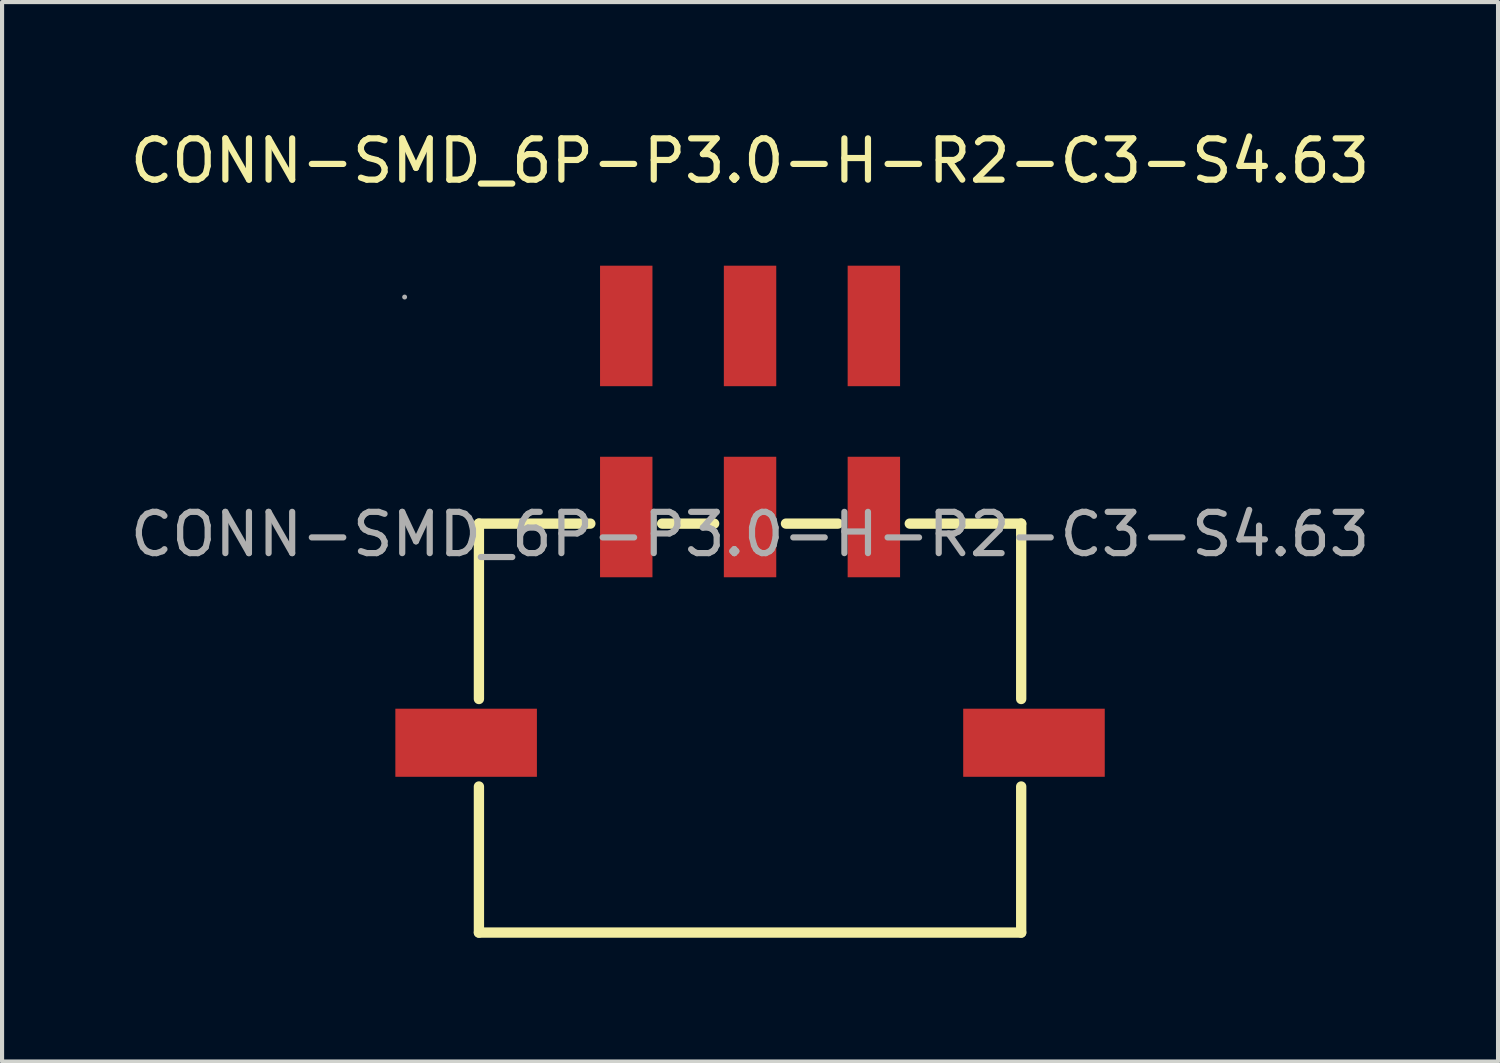
<source format=kicad_pcb>
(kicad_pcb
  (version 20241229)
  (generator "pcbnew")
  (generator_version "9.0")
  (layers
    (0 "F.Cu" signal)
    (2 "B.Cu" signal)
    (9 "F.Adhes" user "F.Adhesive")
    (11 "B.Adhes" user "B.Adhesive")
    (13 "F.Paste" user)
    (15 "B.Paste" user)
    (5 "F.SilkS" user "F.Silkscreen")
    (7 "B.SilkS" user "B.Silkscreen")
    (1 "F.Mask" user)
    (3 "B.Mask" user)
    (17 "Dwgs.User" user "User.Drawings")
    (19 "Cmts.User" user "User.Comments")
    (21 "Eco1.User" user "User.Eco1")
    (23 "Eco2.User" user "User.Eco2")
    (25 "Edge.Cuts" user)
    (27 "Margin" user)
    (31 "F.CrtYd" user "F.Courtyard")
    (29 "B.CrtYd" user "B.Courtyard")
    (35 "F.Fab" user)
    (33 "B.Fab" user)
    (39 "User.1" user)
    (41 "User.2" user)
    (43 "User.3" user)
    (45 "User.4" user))
  (footprint "CONN-SMD_6P-P3.0-H-R2-C3-S4.63"
    (layer "F.Cu")
    (at 15.125 9.898)
    (property "Reference" "CONN-SMD_6P-P3.0-H-R2-C3-S4.63" (at 0 -9.05 0) (layer "F.SilkS") (effects (font (size 1 1) (thickness 0.15))))
    (attr smd)
    (fp_line (start -6.57 -0.26) (end -6.57 3.99) (stroke (width 0.25) (type solid)) (layer "F.SilkS"))
    (fp_line (start -6.57 -0.26) (end -3.87 -0.26) (stroke (width 0.25) (type solid)) (layer "F.SilkS"))
    (fp_line (start -6.57 6.11) (end -6.57 9.65) (stroke (width 0.25) (type solid)) (layer "F.SilkS"))
    (fp_line (start -2.13 -0.26) (end -0.87 -0.26) (stroke (width 0.25) (type solid)) (layer "F.SilkS"))
    (fp_line (start 0.87 -0.26) (end 2.13 -0.26) (stroke (width 0.25) (type solid)) (layer "F.SilkS"))
    (fp_line (start 3.87 -0.26) (end 6.57 -0.26) (stroke (width 0.25) (type solid)) (layer "F.SilkS"))
    (fp_line (start 6.57 -0.26) (end 6.57 3.99) (stroke (width 0.25) (type solid)) (layer "F.SilkS"))
    (fp_line (start 6.57 6.11) (end 6.57 9.65) (stroke (width 0.25) (type solid)) (layer "F.SilkS"))
    (fp_line (start 6.57 9.65) (end -6.57 9.65) (stroke (width 0.25) (type solid)) (layer "F.SilkS"))
    (fp_circle (center -8.37 -5.75) (end -8.34 -5.75) (stroke (width 0.06) (type solid)) (fill no) (layer "F.Fab"))
    (fp_text user "${REFERENCE}" (at 0 0 0) (layer "F.Fab") (effects (font (size 1 1) (thickness 0.15))))
    (pad "1" smd rect (at 3 -0.42) (size 1.27 2.92) (layers "F.Cu" "F.Mask" "F.Paste"))
    (pad "2" smd rect (at 0 -0.42) (size 1.27 2.92) (layers "F.Cu" "F.Mask" "F.Paste"))
    (pad "3" smd rect (at -3 -0.42) (size 1.27 2.92) (layers "F.Cu" "F.Mask" "F.Paste"))
    (pad "4" smd rect (at 3 -5.05) (size 1.27 2.92) (layers "F.Cu" "F.Mask" "F.Paste"))
    (pad "5" smd rect (at 0 -5.05) (size 1.27 2.92) (layers "F.Cu" "F.Mask" "F.Paste"))
    (pad "6" smd rect (at -3 -5.05) (size 1.27 2.92) (layers "F.Cu" "F.Mask" "F.Paste"))
    (pad "7" smd rect (at -6.88 5.05) (size 3.43 1.65) (layers "F.Cu" "F.Mask" "F.Paste"))
    (pad "8" smd rect (at 6.88 5.05) (size 3.43 1.65) (layers "F.Cu" "F.Mask" "F.Paste")))
  (gr_rect
    (start -3 -3)
    (end 33.25 22.673)
    (stroke (width 0.1) (type default))
    (fill no)
    (layer "Edge.Cuts")))
</source>
